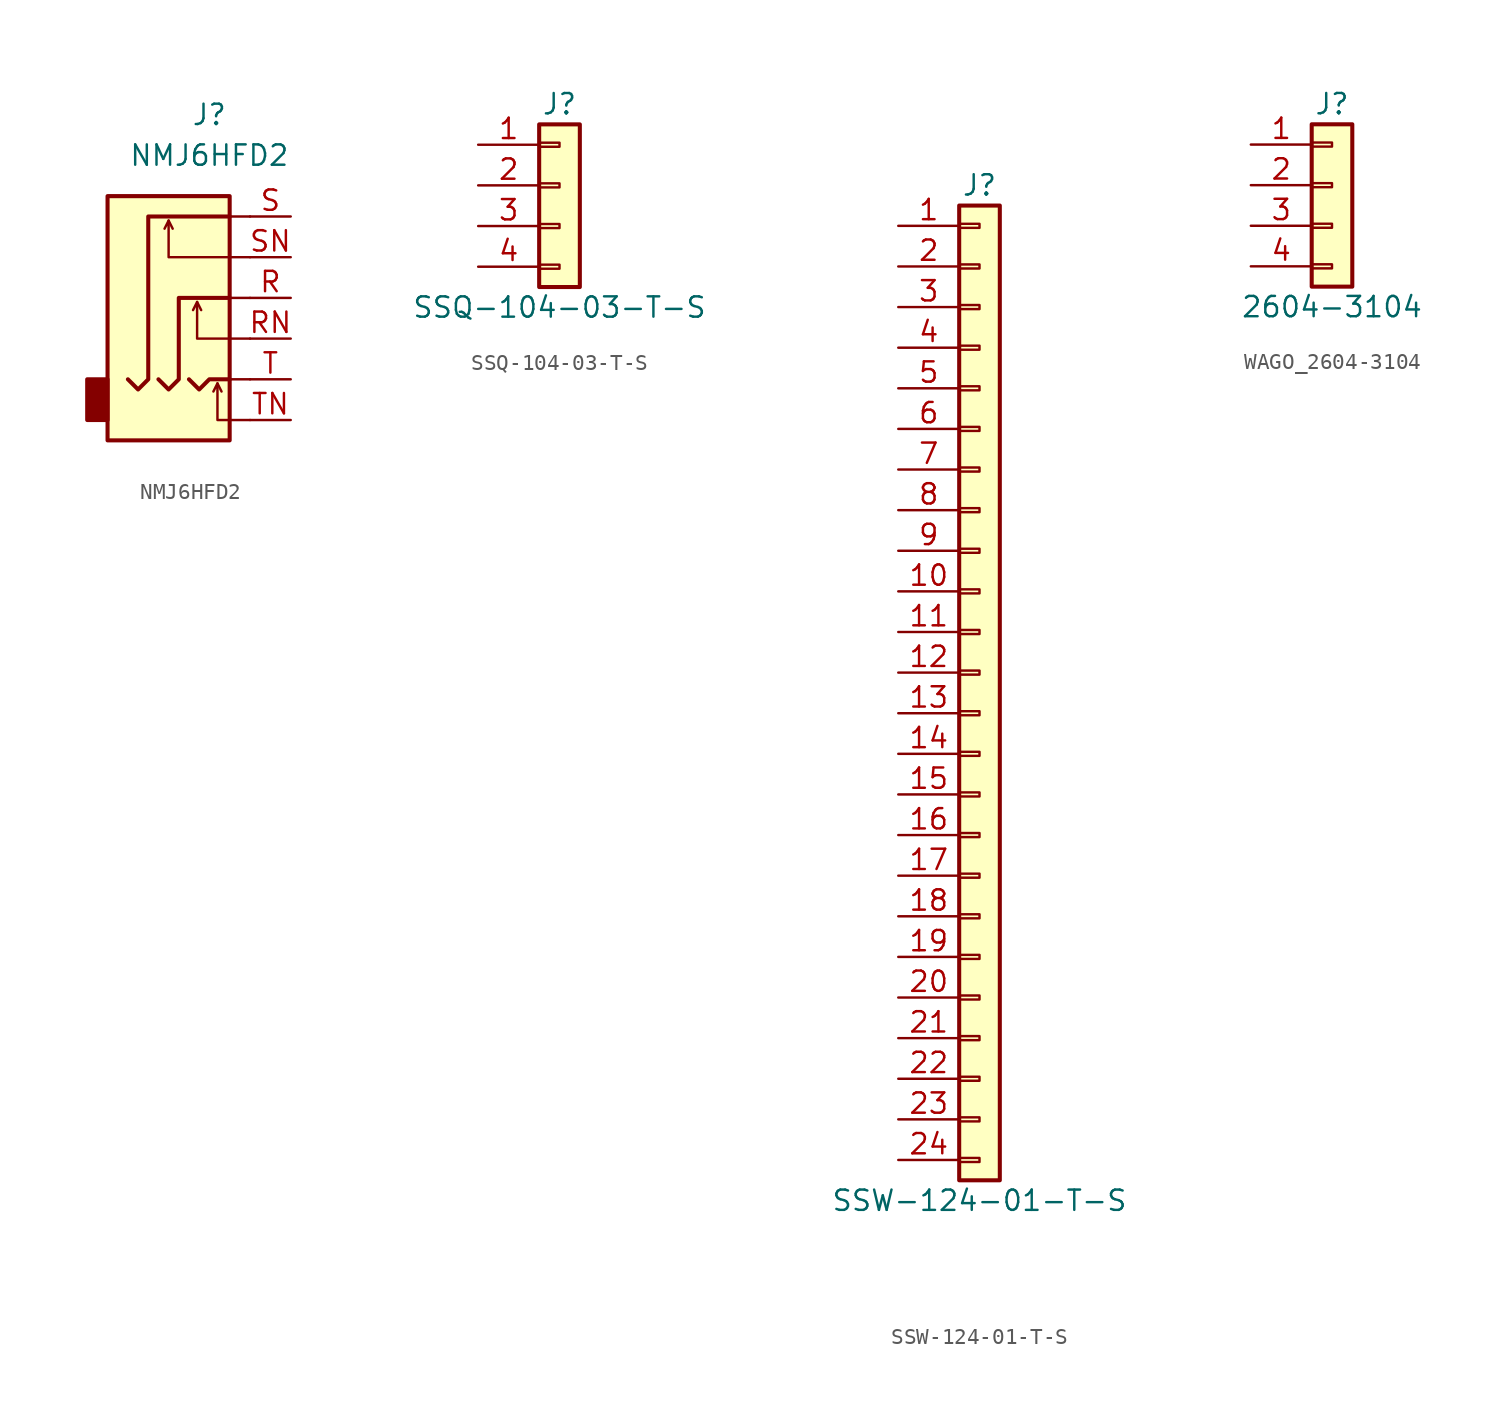
<source format=kicad_sym>
(kicad_symbol_lib
  (version 20220914)
  (generator kicad_symbol_editor)
  (symbol "NMJ6HFD2"
    (property "Reference" "J"
      (at 0 11.43 0)
      (effects (font (size 1.27 1.27))))
    (property "Value" "NMJ6HFD2"
      (at 0 8.89 0)
      (effects (font (size 1.27 1.27))))
    (symbol "NMJ6HFD2_0_1"
      (rectangle (start -6.35 -5.08) (end -7.62 -7.62) (stroke (width 0.254) (type default)) (fill (type outline)))
      (polyline (pts (xy -2.54 4.826) (xy -2.286 4.318)) (stroke (width 0) (type default)) (fill (type none)))
      (polyline (pts (xy -0.762 -0.254) (xy -0.508 -0.762)) (stroke (width 0) (type default)) (fill (type none)))
      (polyline (pts (xy 0.508 -5.334) (xy 0.762 -5.842)) (stroke (width 0) (type default)) (fill (type none)))
      (polyline (pts (xy 1.27 0) (xy 2.54 0)) (stroke (width 0) (type default)) (fill (type none)))
      (polyline (pts (xy 2.54 -5.08) (xy 1.27 -5.08)) (stroke (width 0) (type default)) (fill (type none)))
      (polyline (pts (xy 2.54 5.08) (xy 1.27 5.08)) (stroke (width 0) (type default)) (fill (type none)))
      (polyline (pts (xy -1.27 -5.08) (xy -0.635 -5.715) (xy 0 -5.08) (xy 1.27 -5.08)) (stroke (width 0.254) (type default)) (fill (type none)))
      (polyline (pts (xy 2.54 -7.62) (xy 0.508 -7.62) (xy 0.508 -5.334) (xy 0.254 -5.842)) (stroke (width 0) (type default)) (fill (type none)))
      (polyline (pts (xy 2.54 -2.54) (xy -0.762 -2.54) (xy -0.762 -0.254) (xy -1.016 -0.762)) (stroke (width 0) (type default)) (fill (type none)))
      (polyline (pts (xy 2.54 2.54) (xy -2.54 2.54) (xy -2.54 4.826) (xy -2.794 4.318)) (stroke (width 0) (type default)) (fill (type none)))
      (polyline (pts (xy -3.175 -5.08) (xy -2.54 -5.715) (xy -1.905 -5.08) (xy -1.905 0) (xy 1.27 0)) (stroke (width 0.254) (type default)) (fill (type none)))
      (polyline (pts (xy 1.27 5.08) (xy -3.81 5.08) (xy -3.81 -5.08) (xy -4.445 -5.715) (xy -5.08 -5.08)) (stroke (width 0.254) (type default)) (fill (type none)))
      (rectangle (start 1.27 6.35) (end -6.35 -8.89) (stroke (width 0.254) (type default)) (fill (type background))))
    (symbol "NMJ6HFD2_1_1"
      (pin passive line (at 5.08 0 180) (length 2.54) (name "~" (effects (font (size 1.27 1.27)))) (number "R" (effects (font (size 1.27 1.27)))))
      (pin passive line (at 5.08 -2.54 180) (length 2.54) (name "~" (effects (font (size 1.27 1.27)))) (number "RN" (effects (font (size 1.27 1.27)))))
      (pin passive line (at 5.08 5.08 180) (length 2.54) (name "~" (effects (font (size 1.27 1.27)))) (number "S" (effects (font (size 1.27 1.27)))))
      (pin passive line (at 5.08 2.54 180) (length 2.54) (name "~" (effects (font (size 1.27 1.27)))) (number "SN" (effects (font (size 1.27 1.27)))))
      (pin passive line (at 5.08 -5.08 180) (length 2.54) (name "~" (effects (font (size 1.27 1.27)))) (number "T" (effects (font (size 1.27 1.27)))))
      (pin passive line (at 5.08 -7.62 180) (length 2.54) (name "~" (effects (font (size 1.27 1.27)))) (number "TN" (effects (font (size 1.27 1.27)))))))
  (symbol "SSQ-104-03-T-S"
    (pin_names
      (offset 1.016) hide)
    (property "Reference" "J"
      (at 0 5.08 0)
      (effects (font (size 1.27 1.27))))
    (property "Value" "SSQ-104-03-T-S"
      (at 0 -7.62 0)
      (effects (font (size 1.27 1.27))))
    (symbol "SSQ-104-03-T-S_1_1"
      (rectangle (start -1.27 -4.953) (end 0 -5.207) (stroke (width 0.152) (type default)) (fill (type none)))
      (rectangle (start -1.27 -2.413) (end 0 -2.667) (stroke (width 0.152) (type default)) (fill (type none)))
      (rectangle (start -1.27 0.127) (end 0 -0.127) (stroke (width 0.152) (type default)) (fill (type none)))
      (rectangle (start -1.27 2.667) (end 0 2.413) (stroke (width 0.152) (type default)) (fill (type none)))
      (rectangle (start -1.27 3.81) (end 1.27 -6.35) (stroke (width 0.254) (type default)) (fill (type background)))
      (pin passive line (at -5.08 2.54 0) (length 3.81) (name "Pin_1" (effects (font (size 1.27 1.27)))) (number "1" (effects (font (size 1.27 1.27)))))
      (pin passive line (at -5.08 0 0) (length 3.81) (name "Pin_2" (effects (font (size 1.27 1.27)))) (number "2" (effects (font (size 1.27 1.27)))))
      (pin passive line (at -5.08 -2.54 0) (length 3.81) (name "Pin_3" (effects (font (size 1.27 1.27)))) (number "3" (effects (font (size 1.27 1.27)))))
      (pin passive line (at -5.08 -5.08 0) (length 3.81) (name "Pin_4" (effects (font (size 1.27 1.27)))) (number "4" (effects (font (size 1.27 1.27)))))))
  (symbol "SSW-124-01-T-S"
    (pin_names
      (offset 1.016) hide)
    (property "Reference" "J"
      (at 0 30.48 0)
      (effects (font (size 1.27 1.27))))
    (property "Value" "SSW-124-01-T-S"
      (at 0 -33.02 0)
      (effects (font (size 1.27 1.27))))
    (symbol "SSW-124-01-T-S_1_1"
      (rectangle (start -1.27 -30.353) (end 0 -30.607) (stroke (width 0.152) (type default)) (fill (type none)))
      (rectangle (start -1.27 -27.813) (end 0 -28.067) (stroke (width 0.152) (type default)) (fill (type none)))
      (rectangle (start -1.27 -25.273) (end 0 -25.527) (stroke (width 0.152) (type default)) (fill (type none)))
      (rectangle (start -1.27 -22.733) (end 0 -22.987) (stroke (width 0.152) (type default)) (fill (type none)))
      (rectangle (start -1.27 -20.193) (end 0 -20.447) (stroke (width 0.152) (type default)) (fill (type none)))
      (rectangle (start -1.27 -17.653) (end 0 -17.907) (stroke (width 0.152) (type default)) (fill (type none)))
      (rectangle (start -1.27 -15.113) (end 0 -15.367) (stroke (width 0.152) (type default)) (fill (type none)))
      (rectangle (start -1.27 -12.573) (end 0 -12.827) (stroke (width 0.152) (type default)) (fill (type none)))
      (rectangle (start -1.27 -10.033) (end 0 -10.287) (stroke (width 0.152) (type default)) (fill (type none)))
      (rectangle (start -1.27 -7.493) (end 0 -7.747) (stroke (width 0.152) (type default)) (fill (type none)))
      (rectangle (start -1.27 -4.953) (end 0 -5.207) (stroke (width 0.152) (type default)) (fill (type none)))
      (rectangle (start -1.27 -2.413) (end 0 -2.667) (stroke (width 0.152) (type default)) (fill (type none)))
      (rectangle (start -1.27 0.127) (end 0 -0.127) (stroke (width 0.152) (type default)) (fill (type none)))
      (rectangle (start -1.27 2.667) (end 0 2.413) (stroke (width 0.152) (type default)) (fill (type none)))
      (rectangle (start -1.27 5.207) (end 0 4.953) (stroke (width 0.152) (type default)) (fill (type none)))
      (rectangle (start -1.27 7.747) (end 0 7.493) (stroke (width 0.152) (type default)) (fill (type none)))
      (rectangle (start -1.27 10.287) (end 0 10.033) (stroke (width 0.152) (type default)) (fill (type none)))
      (rectangle (start -1.27 12.827) (end 0 12.573) (stroke (width 0.152) (type default)) (fill (type none)))
      (rectangle (start -1.27 15.367) (end 0 15.113) (stroke (width 0.152) (type default)) (fill (type none)))
      (rectangle (start -1.27 17.907) (end 0 17.653) (stroke (width 0.152) (type default)) (fill (type none)))
      (rectangle (start -1.27 20.447) (end 0 20.193) (stroke (width 0.152) (type default)) (fill (type none)))
      (rectangle (start -1.27 22.987) (end 0 22.733) (stroke (width 0.152) (type default)) (fill (type none)))
      (rectangle (start -1.27 25.527) (end 0 25.273) (stroke (width 0.152) (type default)) (fill (type none)))
      (rectangle (start -1.27 28.067) (end 0 27.813) (stroke (width 0.152) (type default)) (fill (type none)))
      (rectangle (start -1.27 29.21) (end 1.27 -31.75) (stroke (width 0.254) (type default)) (fill (type background)))
      (pin passive line (at -5.08 27.94 0) (length 3.81) (name "Pin_1" (effects (font (size 1.27 1.27)))) (number "1" (effects (font (size 1.27 1.27)))))
      (pin passive line (at -5.08 5.08 0) (length 3.81) (name "Pin_10" (effects (font (size 1.27 1.27)))) (number "10" (effects (font (size 1.27 1.27)))))
      (pin passive line (at -5.08 2.54 0) (length 3.81) (name "Pin_11" (effects (font (size 1.27 1.27)))) (number "11" (effects (font (size 1.27 1.27)))))
      (pin passive line (at -5.08 0 0) (length 3.81) (name "Pin_12" (effects (font (size 1.27 1.27)))) (number "12" (effects (font (size 1.27 1.27)))))
      (pin passive line (at -5.08 -2.54 0) (length 3.81) (name "Pin_13" (effects (font (size 1.27 1.27)))) (number "13" (effects (font (size 1.27 1.27)))))
      (pin passive line (at -5.08 -5.08 0) (length 3.81) (name "Pin_14" (effects (font (size 1.27 1.27)))) (number "14" (effects (font (size 1.27 1.27)))))
      (pin passive line (at -5.08 -7.62 0) (length 3.81) (name "Pin_15" (effects (font (size 1.27 1.27)))) (number "15" (effects (font (size 1.27 1.27)))))
      (pin passive line (at -5.08 -10.16 0) (length 3.81) (name "Pin_16" (effects (font (size 1.27 1.27)))) (number "16" (effects (font (size 1.27 1.27)))))
      (pin passive line (at -5.08 -12.7 0) (length 3.81) (name "Pin_17" (effects (font (size 1.27 1.27)))) (number "17" (effects (font (size 1.27 1.27)))))
      (pin passive line (at -5.08 -15.24 0) (length 3.81) (name "Pin_18" (effects (font (size 1.27 1.27)))) (number "18" (effects (font (size 1.27 1.27)))))
      (pin passive line (at -5.08 -17.78 0) (length 3.81) (name "Pin_19" (effects (font (size 1.27 1.27)))) (number "19" (effects (font (size 1.27 1.27)))))
      (pin passive line (at -5.08 25.4 0) (length 3.81) (name "Pin_2" (effects (font (size 1.27 1.27)))) (number "2" (effects (font (size 1.27 1.27)))))
      (pin passive line (at -5.08 -20.32 0) (length 3.81) (name "Pin_20" (effects (font (size 1.27 1.27)))) (number "20" (effects (font (size 1.27 1.27)))))
      (pin passive line (at -5.08 -22.86 0) (length 3.81) (name "Pin_21" (effects (font (size 1.27 1.27)))) (number "21" (effects (font (size 1.27 1.27)))))
      (pin passive line (at -5.08 -25.4 0) (length 3.81) (name "Pin_22" (effects (font (size 1.27 1.27)))) (number "22" (effects (font (size 1.27 1.27)))))
      (pin passive line (at -5.08 -27.94 0) (length 3.81) (name "Pin_23" (effects (font (size 1.27 1.27)))) (number "23" (effects (font (size 1.27 1.27)))))
      (pin passive line (at -5.08 -30.48 0) (length 3.81) (name "Pin_24" (effects (font (size 1.27 1.27)))) (number "24" (effects (font (size 1.27 1.27)))))
      (pin passive line (at -5.08 22.86 0) (length 3.81) (name "Pin_3" (effects (font (size 1.27 1.27)))) (number "3" (effects (font (size 1.27 1.27)))))
      (pin passive line (at -5.08 20.32 0) (length 3.81) (name "Pin_4" (effects (font (size 1.27 1.27)))) (number "4" (effects (font (size 1.27 1.27)))))
      (pin passive line (at -5.08 17.78 0) (length 3.81) (name "Pin_5" (effects (font (size 1.27 1.27)))) (number "5" (effects (font (size 1.27 1.27)))))
      (pin passive line (at -5.08 15.24 0) (length 3.81) (name "Pin_6" (effects (font (size 1.27 1.27)))) (number "6" (effects (font (size 1.27 1.27)))))
      (pin passive line (at -5.08 12.7 0) (length 3.81) (name "Pin_7" (effects (font (size 1.27 1.27)))) (number "7" (effects (font (size 1.27 1.27)))))
      (pin passive line (at -5.08 10.16 0) (length 3.81) (name "Pin_8" (effects (font (size 1.27 1.27)))) (number "8" (effects (font (size 1.27 1.27)))))
      (pin passive line (at -5.08 7.62 0) (length 3.81) (name "Pin_9" (effects (font (size 1.27 1.27)))) (number "9" (effects (font (size 1.27 1.27)))))))
  (symbol "WAGO_2604-3104"
    (property "Reference" "J"
      (at 0 6.35 0)
      (effects (font (size 1.27 1.27))))
    (property "Value" "2604-3104"
      (at 0 -6.35 0)
      (effects (font (size 1.27 1.27))))
    (symbol "WAGO_2604-3104_1_1"
      (rectangle (start -1.27 -3.683) (end 0 -3.937) (stroke (width 0.152) (type default)) (fill (type none)))
      (rectangle (start -1.27 -1.143) (end 0 -1.397) (stroke (width 0.152) (type default)) (fill (type none)))
      (rectangle (start -1.27 1.397) (end 0 1.143) (stroke (width 0.152) (type default)) (fill (type none)))
      (rectangle (start -1.27 3.937) (end 0 3.683) (stroke (width 0.152) (type default)) (fill (type none)))
      (rectangle (start -1.27 5.08) (end 1.27 -5.08) (stroke (width 0.254) (type default)) (fill (type background)))
      (pin passive line (at -5.08 3.81 0) (length 3.81) (name "" (effects (font (size 1.27 1.27)))) (number "1" (effects (font (size 1.27 1.27)))))
      (pin passive line (at -5.08 1.27 0) (length 3.81) (name "" (effects (font (size 1.27 1.27)))) (number "2" (effects (font (size 1.27 1.27)))))
      (pin passive line (at -5.08 -1.27 0) (length 3.81) (name "" (effects (font (size 1.27 1.27)))) (number "3" (effects (font (size 1.27 1.27)))))
      (pin passive line (at -5.08 -3.81 0) (length 3.81) (name "" (effects (font (size 1.27 1.27)))) (number "4" (effects (font (size 1.27 1.27))))))))
</source>
